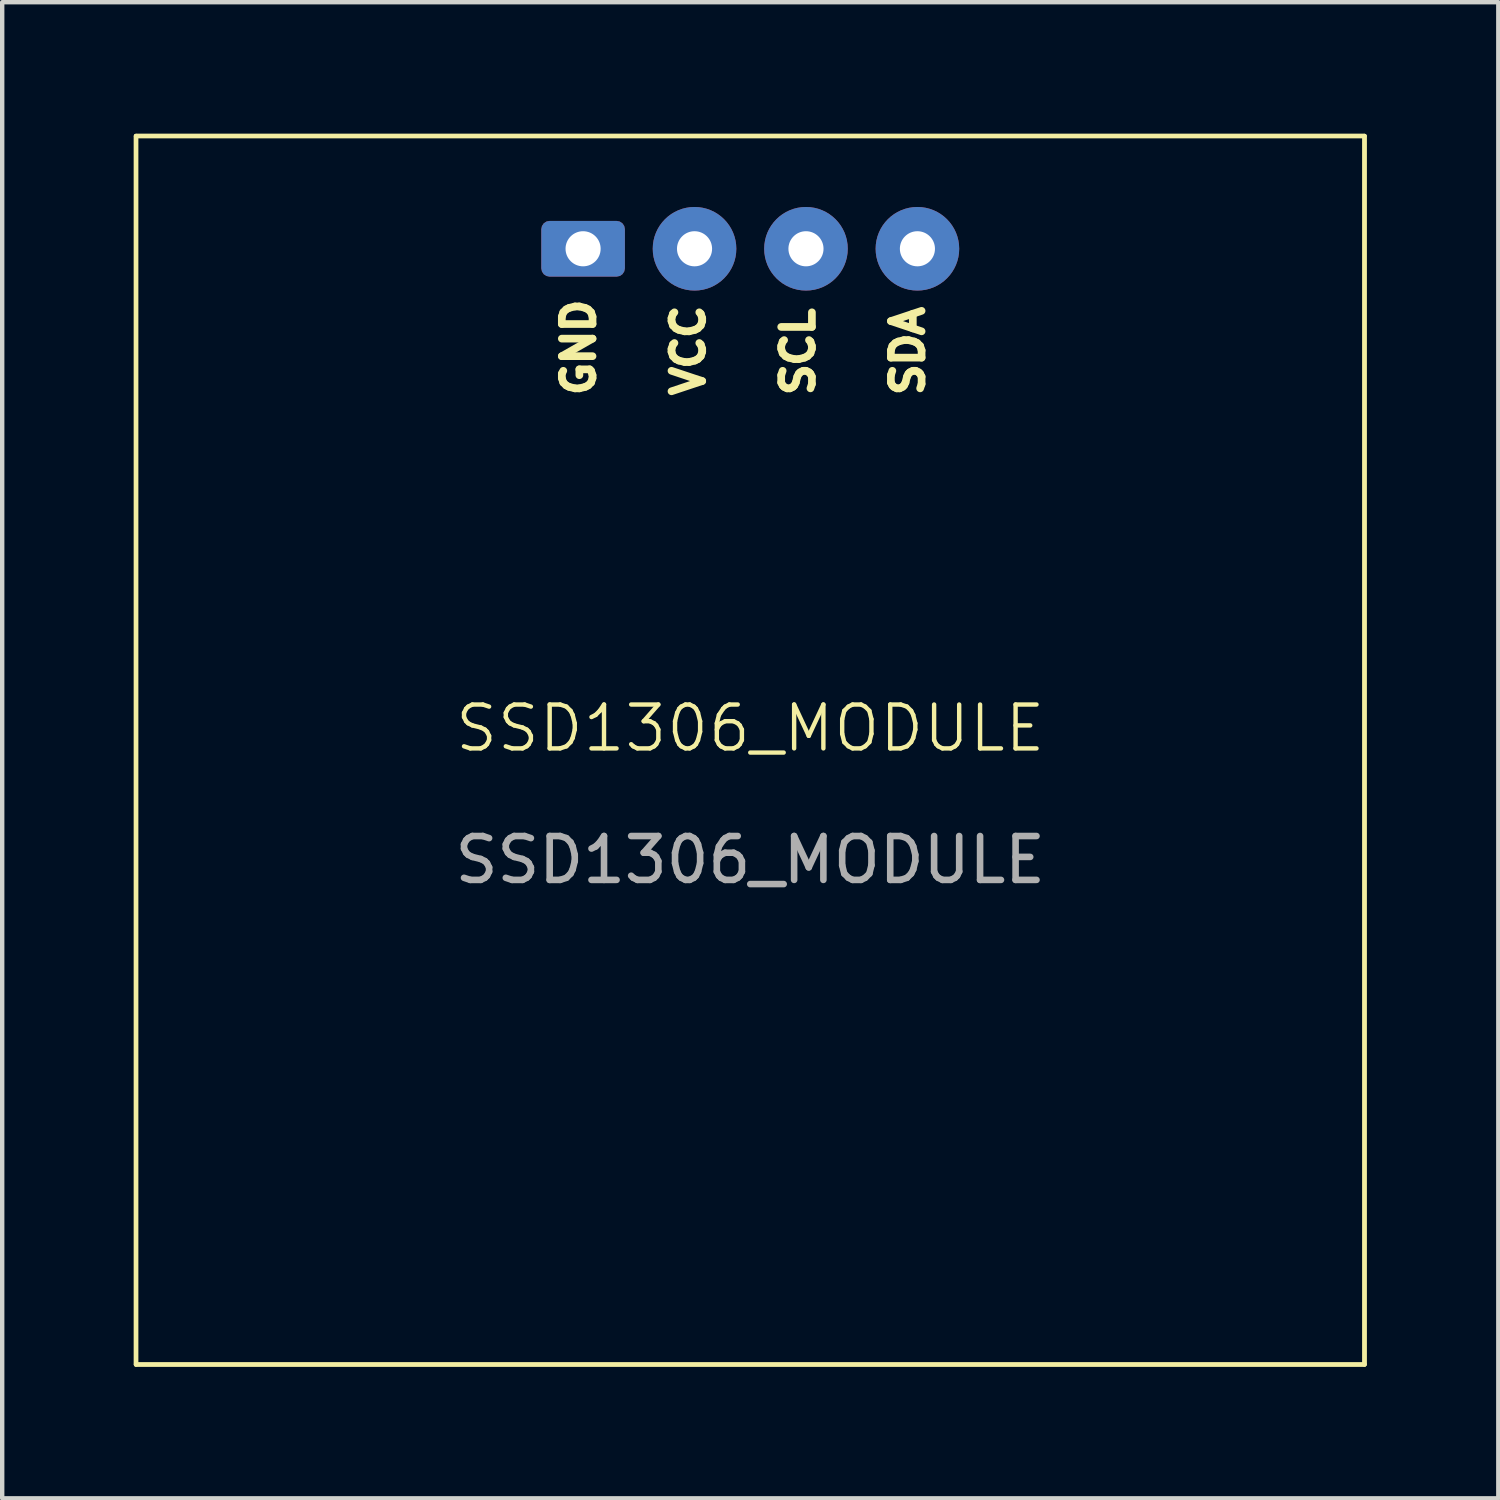
<source format=kicad_pcb>
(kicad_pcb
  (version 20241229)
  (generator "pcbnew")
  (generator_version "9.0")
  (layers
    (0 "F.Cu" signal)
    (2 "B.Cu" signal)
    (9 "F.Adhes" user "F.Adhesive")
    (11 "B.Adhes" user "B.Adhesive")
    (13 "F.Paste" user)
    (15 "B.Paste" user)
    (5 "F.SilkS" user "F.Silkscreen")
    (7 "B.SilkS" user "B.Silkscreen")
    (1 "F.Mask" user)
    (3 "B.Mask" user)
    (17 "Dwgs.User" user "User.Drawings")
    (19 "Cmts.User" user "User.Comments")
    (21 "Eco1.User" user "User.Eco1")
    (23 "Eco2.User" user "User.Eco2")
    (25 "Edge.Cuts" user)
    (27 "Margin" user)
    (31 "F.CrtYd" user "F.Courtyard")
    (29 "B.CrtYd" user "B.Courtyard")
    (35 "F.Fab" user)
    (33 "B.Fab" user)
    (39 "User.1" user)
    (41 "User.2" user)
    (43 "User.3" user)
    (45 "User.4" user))
  (footprint "SSD1306_MODULE"
    (layer "F.Cu")
    (at 14.05 14.05)
    (property "Reference" "SSD1306_MODULE" (at 0 -0.5 0) (unlocked yes) (layer "F.SilkS") (effects (font (size 1 1) (thickness 0.1))))
    (attr smd)
    (fp_line (start -14 -14) (end 14 -14) (stroke (width 0.1) (type default)) (layer "F.SilkS"))
    (fp_line (start -14 14) (end -14 -14) (stroke (width 0.1) (type default)) (layer "F.SilkS"))
    (fp_line (start 14 -14) (end 14 14) (stroke (width 0.1) (type default)) (layer "F.SilkS"))
    (fp_line (start 14 14) (end -14 14) (stroke (width 0.1) (type default)) (layer "F.SilkS"))
    (fp_rect (start -14 -14) (end 14 14) (stroke (width 0.1) (type default)) (fill no) (layer "F.SilkS"))
    (fp_text user "SCL" (at 1.5 -8 90) (unlocked yes) (layer "F.SilkS") (effects (font (size 0.7 0.7) (thickness 0.175) (bold yes)) (justify left bottom)))
    (fp_text user "GND" (at -3.5 -8 90) (unlocked yes) (layer "F.SilkS") (effects (font (size 0.7 0.7) (thickness 0.175) (bold yes)) (justify left bottom)))
    (fp_text user "SDA" (at 4 -8 90) (unlocked yes) (layer "F.SilkS") (effects (font (size 0.7 0.7) (thickness 0.175) (bold yes)) (justify left bottom)))
    (fp_text user "VCC" (at -1 -8 90) (unlocked yes) (layer "F.SilkS") (effects (font (size 0.7 0.7) (thickness 0.175) (bold yes)) (justify left bottom)))
    (fp_text user "${REFERENCE}" (at 0 2.5 0) (unlocked yes) (layer "F.Fab") (effects (font (size 1 1) (thickness 0.15))))
    (pad "1" thru_hole roundrect (at -3.81 -11.43) (size 1.905 1.27) (drill 0.8) (layers "*.Cu" "*.Mask") (roundrect_rratio 0.15))
    (pad "2" thru_hole circle (at -1.27 -11.43) (size 1.905 1.905) (drill 0.8) (layers "*.Cu" "*.Mask"))
    (pad "3" thru_hole circle (at 1.27 -11.43) (size 1.905 1.905) (drill 0.8) (layers "*.Cu" "*.Mask"))
    (pad "4" thru_hole circle (at 3.81 -11.43) (size 1.905 1.905) (drill 0.8) (layers "*.Cu" "*.Mask"))
    (zone (net_name "") (layer "F.SilkS") (hatch edge 0.5) (connect_pads) (min_thickness 0.25) (filled_areas_thickness no) (keepout (tracks allowed) (vias allowed) (pads not_allowed) (copperpour allowed) (footprints not_allowed)) (placement (enabled no)) (fill) (polygon (pts (xy 0.05 0.05) (xy 28.05 0.05) (xy 28.05 28.05) (xy 0.05 28.05)))))
  (gr_rect
    (start -3 -3)
    (end 31.1 31.1)
    (stroke (width 0.1) (type default))
    (fill no)
    (layer "Edge.Cuts")))
</source>
